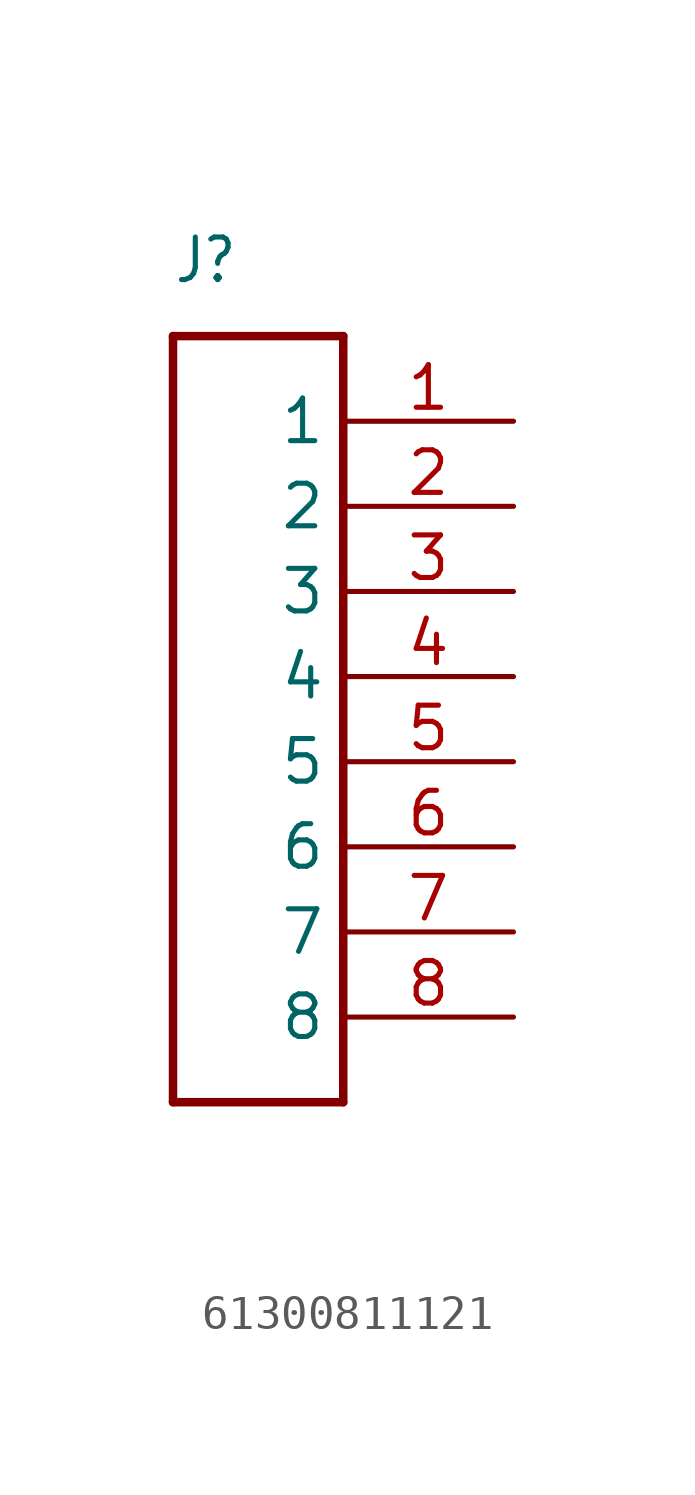
<source format=kicad_sym>
(kicad_symbol_lib
  (version 20220914)
  (generator kicad_symbol_editor)
  (symbol "61300811121"
    (property "Reference" "J"
      (at -2.54 11.684 0)
      (effects (font (size 1.27 1.079)) (justify left bottom)))
    (property "Value" ""
      (at -2.54 -15.24 0)
      (effects (font (size 1.27 1.079)) (justify left bottom)))
    (property "ki_locked" ""
      (at 0 0 0)
      (effects (font (size 1.27 1.27))))
    (symbol "61300811121_1_0"
      (polyline (pts (xy -2.54 -12.7) (xy -2.54 10.16)) (stroke (width 0.254) (type solid)) (fill (type none)))
      (polyline (pts (xy -2.54 10.16) (xy 2.54 10.16)) (stroke (width 0.254) (type solid)) (fill (type none)))
      (polyline (pts (xy 2.54 -12.7) (xy -2.54 -12.7)) (stroke (width 0.254) (type solid)) (fill (type none)))
      (polyline (pts (xy 2.54 10.16) (xy 2.54 -12.7)) (stroke (width 0.254) (type solid)) (fill (type none)))
      (pin passive line (at 7.62 7.62 180) (length 5.08) (name "1" (effects (font (size 1.27 1.27)))) (number "1" (effects (font (size 1.27 1.27)))))
      (pin passive line (at 7.62 5.08 180) (length 5.08) (name "2" (effects (font (size 1.27 1.27)))) (number "2" (effects (font (size 1.27 1.27)))))
      (pin passive line (at 7.62 2.54 180) (length 5.08) (name "3" (effects (font (size 1.27 1.27)))) (number "3" (effects (font (size 1.27 1.27)))))
      (pin passive line (at 7.62 0 180) (length 5.08) (name "4" (effects (font (size 1.27 1.27)))) (number "4" (effects (font (size 1.27 1.27)))))
      (pin passive line (at 7.62 -2.54 180) (length 5.08) (name "5" (effects (font (size 1.27 1.27)))) (number "5" (effects (font (size 1.27 1.27)))))
      (pin passive line (at 7.62 -5.08 180) (length 5.08) (name "6" (effects (font (size 1.27 1.27)))) (number "6" (effects (font (size 1.27 1.27)))))
      (pin passive line (at 7.62 -7.62 180) (length 5.08) (name "7" (effects (font (size 1.27 1.27)))) (number "7" (effects (font (size 1.27 1.27)))))
      (pin passive line (at 7.62 -10.16 180) (length 5.08) (name "8" (effects (font (size 1.27 1.27)))) (number "8" (effects (font (size 1.27 1.27))))))))
</source>
